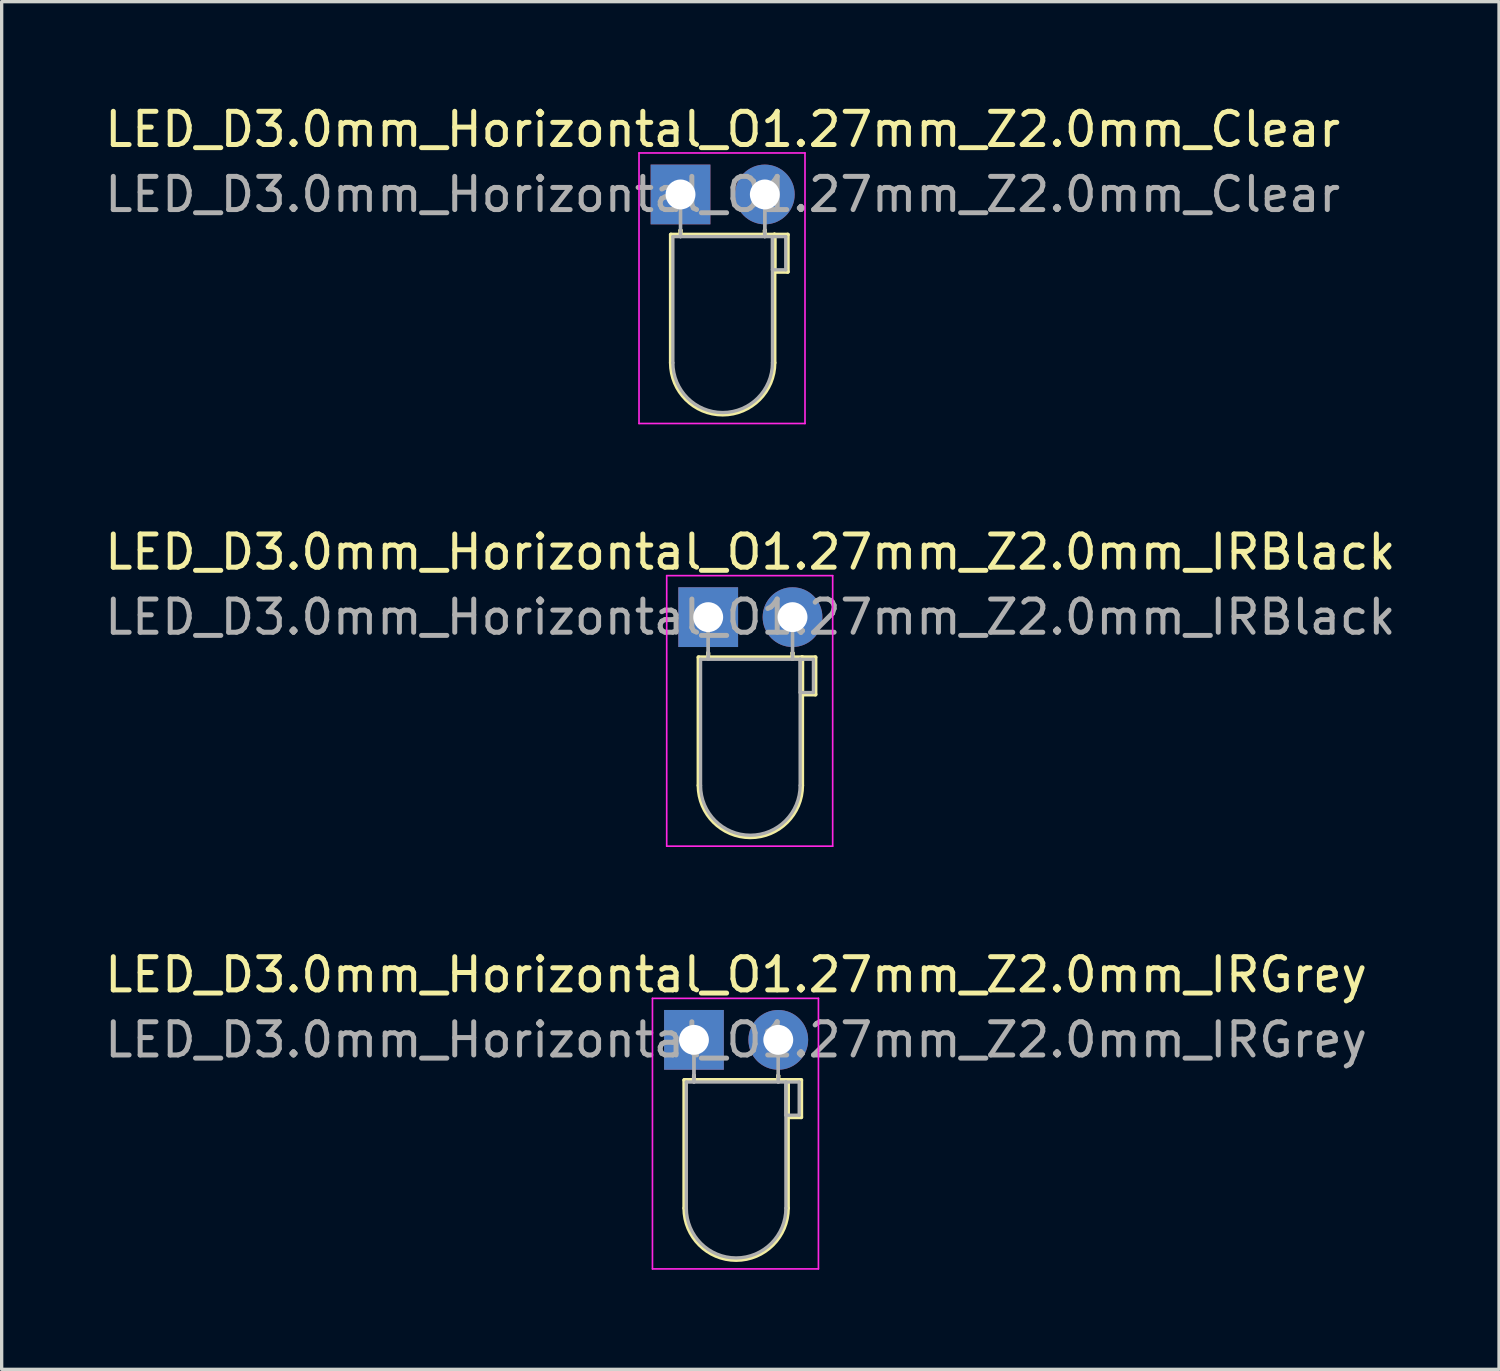
<source format=kicad_pcb>
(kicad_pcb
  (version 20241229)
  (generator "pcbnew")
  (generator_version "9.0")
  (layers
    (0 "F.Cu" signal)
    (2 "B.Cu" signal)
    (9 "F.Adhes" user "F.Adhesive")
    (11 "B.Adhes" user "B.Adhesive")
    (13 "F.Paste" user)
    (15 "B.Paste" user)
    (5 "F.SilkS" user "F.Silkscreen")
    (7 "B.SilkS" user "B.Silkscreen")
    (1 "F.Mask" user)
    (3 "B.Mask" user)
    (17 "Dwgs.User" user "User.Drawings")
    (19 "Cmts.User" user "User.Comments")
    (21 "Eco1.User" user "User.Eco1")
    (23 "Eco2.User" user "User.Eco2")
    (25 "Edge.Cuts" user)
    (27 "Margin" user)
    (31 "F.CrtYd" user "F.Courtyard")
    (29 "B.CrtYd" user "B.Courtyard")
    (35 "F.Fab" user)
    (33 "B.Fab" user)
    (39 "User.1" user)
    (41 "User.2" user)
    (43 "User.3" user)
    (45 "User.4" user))
  (footprint "LED_D3.0mm_Horizontal_O1.27mm_Z2.0mm_IRBlack"
    (layer "F.Cu")
    (at 18.284 15.541)
    (property "Reference" "LED_D3.0mm_Horizontal_O1.27mm_Z2.0mm_IRBlack" (at 1.27 -1.96 0) (layer "F.SilkS") (effects (font (size 1 1) (thickness 0.15))))
    (attr through_hole)
    (fp_line (start -0.29 1.21) (end -0.29 5.07) (stroke (width 0.12) (type solid)) (layer "F.SilkS"))
    (fp_line (start -0.29 1.21) (end 2.83 1.21) (stroke (width 0.12) (type solid)) (layer "F.SilkS"))
    (fp_line (start 0 1.08) (end 0 1.08) (stroke (width 0.12) (type solid)) (layer "F.SilkS"))
    (fp_line (start 0 1.08) (end 0 1.21) (stroke (width 0.12) (type solid)) (layer "F.SilkS"))
    (fp_line (start 0 1.21) (end 0 1.08) (stroke (width 0.12) (type solid)) (layer "F.SilkS"))
    (fp_line (start 0 1.21) (end 0 1.21) (stroke (width 0.12) (type solid)) (layer "F.SilkS"))
    (fp_line (start 2.54 1.08) (end 2.54 1.08) (stroke (width 0.12) (type solid)) (layer "F.SilkS"))
    (fp_line (start 2.54 1.08) (end 2.54 1.21) (stroke (width 0.12) (type solid)) (layer "F.SilkS"))
    (fp_line (start 2.54 1.21) (end 2.54 1.08) (stroke (width 0.12) (type solid)) (layer "F.SilkS"))
    (fp_line (start 2.54 1.21) (end 2.54 1.21) (stroke (width 0.12) (type solid)) (layer "F.SilkS"))
    (fp_line (start 2.83 1.21) (end 2.83 5.07) (stroke (width 0.12) (type solid)) (layer "F.SilkS"))
    (fp_line (start 2.83 1.21) (end 3.23 1.21) (stroke (width 0.12) (type solid)) (layer "F.SilkS"))
    (fp_line (start 2.83 2.33) (end 2.83 1.21) (stroke (width 0.12) (type solid)) (layer "F.SilkS"))
    (fp_line (start 3.23 1.21) (end 3.23 2.33) (stroke (width 0.12) (type solid)) (layer "F.SilkS"))
    (fp_line (start 3.23 2.33) (end 2.83 2.33) (stroke (width 0.12) (type solid)) (layer "F.SilkS"))
    (fp_arc (start 2.83 5.07) (mid 1.27 6.63) (end -0.29 5.07) (stroke (width 0.12) (type solid)) (layer "F.SilkS"))
    (fp_line (start -1.25 -1.25) (end -1.25 6.9) (stroke (width 0.05) (type solid)) (layer "F.CrtYd"))
    (fp_line (start -1.25 6.9) (end 3.75 6.9) (stroke (width 0.05) (type solid)) (layer "F.CrtYd"))
    (fp_line (start 3.75 -1.25) (end -1.25 -1.25) (stroke (width 0.05) (type solid)) (layer "F.CrtYd"))
    (fp_line (start 3.75 6.9) (end 3.75 -1.25) (stroke (width 0.05) (type solid)) (layer "F.CrtYd"))
    (fp_line (start -0.23 1.27) (end -0.23 5.07) (stroke (width 0.1) (type solid)) (layer "F.Fab"))
    (fp_line (start -0.23 1.27) (end 2.77 1.27) (stroke (width 0.1) (type solid)) (layer "F.Fab"))
    (fp_line (start 0 0) (end 0 0) (stroke (width 0.1) (type solid)) (layer "F.Fab"))
    (fp_line (start 0 0) (end 0 1.27) (stroke (width 0.1) (type solid)) (layer "F.Fab"))
    (fp_line (start 0 1.27) (end 0 0) (stroke (width 0.1) (type solid)) (layer "F.Fab"))
    (fp_line (start 0 1.27) (end 0 1.27) (stroke (width 0.1) (type solid)) (layer "F.Fab"))
    (fp_line (start 2.54 0) (end 2.54 0) (stroke (width 0.1) (type solid)) (layer "F.Fab"))
    (fp_line (start 2.54 0) (end 2.54 1.27) (stroke (width 0.1) (type solid)) (layer "F.Fab"))
    (fp_line (start 2.54 1.27) (end 2.54 0) (stroke (width 0.1) (type solid)) (layer "F.Fab"))
    (fp_line (start 2.54 1.27) (end 2.54 1.27) (stroke (width 0.1) (type solid)) (layer "F.Fab"))
    (fp_line (start 2.77 1.27) (end 2.77 5.07) (stroke (width 0.1) (type solid)) (layer "F.Fab"))
    (fp_line (start 2.77 1.27) (end 3.17 1.27) (stroke (width 0.1) (type solid)) (layer "F.Fab"))
    (fp_line (start 2.77 2.27) (end 2.77 1.27) (stroke (width 0.1) (type solid)) (layer "F.Fab"))
    (fp_line (start 3.17 1.27) (end 3.17 2.27) (stroke (width 0.1) (type solid)) (layer "F.Fab"))
    (fp_line (start 3.17 2.27) (end 2.77 2.27) (stroke (width 0.1) (type solid)) (layer "F.Fab"))
    (fp_arc (start 2.77 5.07) (mid 1.27 6.57) (end -0.23 5.07) (stroke (width 0.1) (type solid)) (layer "F.Fab"))
    (fp_text user "${REFERENCE}" (at 1.27 0 0) (layer "F.Fab") (effects (font (size 1 1) (thickness 0.15))))
    (pad "1" thru_hole rect (at 0 0) (size 1.8 1.8) (drill 0.9) (layers "*.Cu" "*.Mask"))
    (pad "2" thru_hole circle (at 2.54 0) (size 1.8 1.8) (drill 0.9) (layers "*.Cu" "*.Mask")))
  (footprint "LED_D3.0mm_Horizontal_O1.27mm_Z2.0mm_Clear"
    (layer "F.Cu")
    (at 17.45 2.808)
    (property "Reference" "LED_D3.0mm_Horizontal_O1.27mm_Z2.0mm_Clear" (at 1.27 -1.96 0) (layer "F.SilkS") (effects (font (size 1 1) (thickness 0.15))))
    (attr through_hole)
    (fp_line (start -0.29 1.21) (end -0.29 5.07) (stroke (width 0.12) (type solid)) (layer "F.SilkS"))
    (fp_line (start -0.29 1.21) (end 2.83 1.21) (stroke (width 0.12) (type solid)) (layer "F.SilkS"))
    (fp_line (start 0 1.08) (end 0 1.08) (stroke (width 0.12) (type solid)) (layer "F.SilkS"))
    (fp_line (start 0 1.08) (end 0 1.21) (stroke (width 0.12) (type solid)) (layer "F.SilkS"))
    (fp_line (start 0 1.21) (end 0 1.08) (stroke (width 0.12) (type solid)) (layer "F.SilkS"))
    (fp_line (start 0 1.21) (end 0 1.21) (stroke (width 0.12) (type solid)) (layer "F.SilkS"))
    (fp_line (start 2.54 1.08) (end 2.54 1.08) (stroke (width 0.12) (type solid)) (layer "F.SilkS"))
    (fp_line (start 2.54 1.08) (end 2.54 1.21) (stroke (width 0.12) (type solid)) (layer "F.SilkS"))
    (fp_line (start 2.54 1.21) (end 2.54 1.08) (stroke (width 0.12) (type solid)) (layer "F.SilkS"))
    (fp_line (start 2.54 1.21) (end 2.54 1.21) (stroke (width 0.12) (type solid)) (layer "F.SilkS"))
    (fp_line (start 2.83 1.21) (end 2.83 5.07) (stroke (width 0.12) (type solid)) (layer "F.SilkS"))
    (fp_line (start 2.83 1.21) (end 3.23 1.21) (stroke (width 0.12) (type solid)) (layer "F.SilkS"))
    (fp_line (start 2.83 2.33) (end 2.83 1.21) (stroke (width 0.12) (type solid)) (layer "F.SilkS"))
    (fp_line (start 3.23 1.21) (end 3.23 2.33) (stroke (width 0.12) (type solid)) (layer "F.SilkS"))
    (fp_line (start 3.23 2.33) (end 2.83 2.33) (stroke (width 0.12) (type solid)) (layer "F.SilkS"))
    (fp_arc (start 2.83 5.07) (mid 1.27 6.63) (end -0.29 5.07) (stroke (width 0.12) (type solid)) (layer "F.SilkS"))
    (fp_line (start -1.25 -1.25) (end -1.25 6.9) (stroke (width 0.05) (type solid)) (layer "F.CrtYd"))
    (fp_line (start -1.25 6.9) (end 3.75 6.9) (stroke (width 0.05) (type solid)) (layer "F.CrtYd"))
    (fp_line (start 3.75 -1.25) (end -1.25 -1.25) (stroke (width 0.05) (type solid)) (layer "F.CrtYd"))
    (fp_line (start 3.75 6.9) (end 3.75 -1.25) (stroke (width 0.05) (type solid)) (layer "F.CrtYd"))
    (fp_line (start -0.23 1.27) (end -0.23 5.07) (stroke (width 0.1) (type solid)) (layer "F.Fab"))
    (fp_line (start -0.23 1.27) (end 2.77 1.27) (stroke (width 0.1) (type solid)) (layer "F.Fab"))
    (fp_line (start 0 0) (end 0 0) (stroke (width 0.1) (type solid)) (layer "F.Fab"))
    (fp_line (start 0 0) (end 0 1.27) (stroke (width 0.1) (type solid)) (layer "F.Fab"))
    (fp_line (start 0 1.27) (end 0 0) (stroke (width 0.1) (type solid)) (layer "F.Fab"))
    (fp_line (start 0 1.27) (end 0 1.27) (stroke (width 0.1) (type solid)) (layer "F.Fab"))
    (fp_line (start 2.54 0) (end 2.54 0) (stroke (width 0.1) (type solid)) (layer "F.Fab"))
    (fp_line (start 2.54 0) (end 2.54 1.27) (stroke (width 0.1) (type solid)) (layer "F.Fab"))
    (fp_line (start 2.54 1.27) (end 2.54 0) (stroke (width 0.1) (type solid)) (layer "F.Fab"))
    (fp_line (start 2.54 1.27) (end 2.54 1.27) (stroke (width 0.1) (type solid)) (layer "F.Fab"))
    (fp_line (start 2.77 1.27) (end 2.77 5.07) (stroke (width 0.1) (type solid)) (layer "F.Fab"))
    (fp_line (start 2.77 1.27) (end 3.17 1.27) (stroke (width 0.1) (type solid)) (layer "F.Fab"))
    (fp_line (start 2.77 2.27) (end 2.77 1.27) (stroke (width 0.1) (type solid)) (layer "F.Fab"))
    (fp_line (start 3.17 1.27) (end 3.17 2.27) (stroke (width 0.1) (type solid)) (layer "F.Fab"))
    (fp_line (start 3.17 2.27) (end 2.77 2.27) (stroke (width 0.1) (type solid)) (layer "F.Fab"))
    (fp_arc (start 2.77 5.07) (mid 1.27 6.57) (end -0.23 5.07) (stroke (width 0.1) (type solid)) (layer "F.Fab"))
    (fp_text user "${REFERENCE}" (at 1.27 0 0) (layer "F.Fab") (effects (font (size 1 1) (thickness 0.15))))
    (pad "1" thru_hole rect (at 0 0) (size 1.8 1.8) (drill 0.9) (layers "*.Cu" "*.Mask"))
    (pad "2" thru_hole circle (at 2.54 0) (size 1.8 1.8) (drill 0.9) (layers "*.Cu" "*.Mask")))
  (footprint "LED_D3.0mm_Horizontal_O1.27mm_Z2.0mm_IRGrey"
    (layer "F.Cu")
    (at 17.855 28.275)
    (property "Reference" "LED_D3.0mm_Horizontal_O1.27mm_Z2.0mm_IRGrey" (at 1.27 -1.96 0) (layer "F.SilkS") (effects (font (size 1 1) (thickness 0.15))))
    (attr through_hole)
    (fp_line (start -0.29 1.21) (end -0.29 5.07) (stroke (width 0.12) (type solid)) (layer "F.SilkS"))
    (fp_line (start -0.29 1.21) (end 2.83 1.21) (stroke (width 0.12) (type solid)) (layer "F.SilkS"))
    (fp_line (start 0 1.08) (end 0 1.08) (stroke (width 0.12) (type solid)) (layer "F.SilkS"))
    (fp_line (start 0 1.08) (end 0 1.21) (stroke (width 0.12) (type solid)) (layer "F.SilkS"))
    (fp_line (start 0 1.21) (end 0 1.08) (stroke (width 0.12) (type solid)) (layer "F.SilkS"))
    (fp_line (start 0 1.21) (end 0 1.21) (stroke (width 0.12) (type solid)) (layer "F.SilkS"))
    (fp_line (start 2.54 1.08) (end 2.54 1.08) (stroke (width 0.12) (type solid)) (layer "F.SilkS"))
    (fp_line (start 2.54 1.08) (end 2.54 1.21) (stroke (width 0.12) (type solid)) (layer "F.SilkS"))
    (fp_line (start 2.54 1.21) (end 2.54 1.08) (stroke (width 0.12) (type solid)) (layer "F.SilkS"))
    (fp_line (start 2.54 1.21) (end 2.54 1.21) (stroke (width 0.12) (type solid)) (layer "F.SilkS"))
    (fp_line (start 2.83 1.21) (end 2.83 5.07) (stroke (width 0.12) (type solid)) (layer "F.SilkS"))
    (fp_line (start 2.83 1.21) (end 3.23 1.21) (stroke (width 0.12) (type solid)) (layer "F.SilkS"))
    (fp_line (start 2.83 2.33) (end 2.83 1.21) (stroke (width 0.12) (type solid)) (layer "F.SilkS"))
    (fp_line (start 3.23 1.21) (end 3.23 2.33) (stroke (width 0.12) (type solid)) (layer "F.SilkS"))
    (fp_line (start 3.23 2.33) (end 2.83 2.33) (stroke (width 0.12) (type solid)) (layer "F.SilkS"))
    (fp_arc (start 2.83 5.07) (mid 1.27 6.63) (end -0.29 5.07) (stroke (width 0.12) (type solid)) (layer "F.SilkS"))
    (fp_line (start -1.25 -1.25) (end -1.25 6.9) (stroke (width 0.05) (type solid)) (layer "F.CrtYd"))
    (fp_line (start -1.25 6.9) (end 3.75 6.9) (stroke (width 0.05) (type solid)) (layer "F.CrtYd"))
    (fp_line (start 3.75 -1.25) (end -1.25 -1.25) (stroke (width 0.05) (type solid)) (layer "F.CrtYd"))
    (fp_line (start 3.75 6.9) (end 3.75 -1.25) (stroke (width 0.05) (type solid)) (layer "F.CrtYd"))
    (fp_line (start -0.23 1.27) (end -0.23 5.07) (stroke (width 0.1) (type solid)) (layer "F.Fab"))
    (fp_line (start -0.23 1.27) (end 2.77 1.27) (stroke (width 0.1) (type solid)) (layer "F.Fab"))
    (fp_line (start 0 0) (end 0 0) (stroke (width 0.1) (type solid)) (layer "F.Fab"))
    (fp_line (start 0 0) (end 0 1.27) (stroke (width 0.1) (type solid)) (layer "F.Fab"))
    (fp_line (start 0 1.27) (end 0 0) (stroke (width 0.1) (type solid)) (layer "F.Fab"))
    (fp_line (start 0 1.27) (end 0 1.27) (stroke (width 0.1) (type solid)) (layer "F.Fab"))
    (fp_line (start 2.54 0) (end 2.54 0) (stroke (width 0.1) (type solid)) (layer "F.Fab"))
    (fp_line (start 2.54 0) (end 2.54 1.27) (stroke (width 0.1) (type solid)) (layer "F.Fab"))
    (fp_line (start 2.54 1.27) (end 2.54 0) (stroke (width 0.1) (type solid)) (layer "F.Fab"))
    (fp_line (start 2.54 1.27) (end 2.54 1.27) (stroke (width 0.1) (type solid)) (layer "F.Fab"))
    (fp_line (start 2.77 1.27) (end 2.77 5.07) (stroke (width 0.1) (type solid)) (layer "F.Fab"))
    (fp_line (start 2.77 1.27) (end 3.17 1.27) (stroke (width 0.1) (type solid)) (layer "F.Fab"))
    (fp_line (start 2.77 2.27) (end 2.77 1.27) (stroke (width 0.1) (type solid)) (layer "F.Fab"))
    (fp_line (start 3.17 1.27) (end 3.17 2.27) (stroke (width 0.1) (type solid)) (layer "F.Fab"))
    (fp_line (start 3.17 2.27) (end 2.77 2.27) (stroke (width 0.1) (type solid)) (layer "F.Fab"))
    (fp_arc (start 2.77 5.07) (mid 1.27 6.57) (end -0.23 5.07) (stroke (width 0.1) (type solid)) (layer "F.Fab"))
    (fp_text user "${REFERENCE}" (at 1.27 0 0) (layer "F.Fab") (effects (font (size 1 1) (thickness 0.15))))
    (pad "1" thru_hole rect (at 0 0) (size 1.8 1.8) (drill 0.9) (layers "*.Cu" "*.Mask"))
    (pad "2" thru_hole circle (at 2.54 0) (size 1.8 1.8) (drill 0.9) (layers "*.Cu" "*.Mask")))
  (gr_rect
    (start -3 -3)
    (end 42.107 38.2)
    (stroke (width 0.1) (type default))
    (fill no)
    (layer "Edge.Cuts")))
</source>
